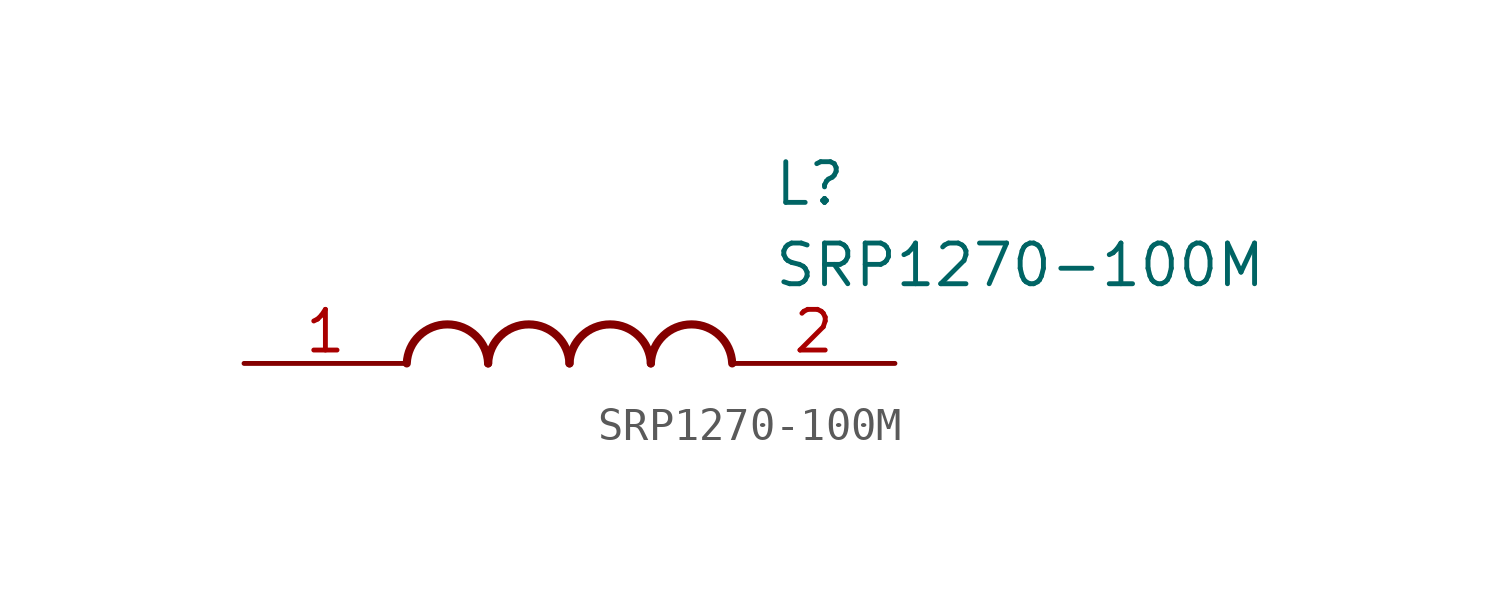
<source format=kicad_sym>
(kicad_symbol_lib
  (version 20211014)
  (generator SamacSys_ECAD_Model)
  (symbol "SRP1270-100M"
    (pin_names hide)
    (property "Reference" "L"
      (at 16.51 6.35 0)
      (effects (font (size 1.27 1.27)) (justify left top)))
    (property "Value" "SRP1270-100M"
      (at 16.51 3.81 0)
      (effects (font (size 1.27 1.27)) (justify left top)))
    (arc
      (start 7.62 0)
      (mid 6.35 1.219)
      (end 5.08 0)
      (stroke (width 0.254) (type default))
      (fill (type none)))
    (arc
      (start 10.16 0)
      (mid 8.89 1.219)
      (end 7.62 0)
      (stroke (width 0.254) (type default))
      (fill (type none)))
    (arc
      (start 12.7 0)
      (mid 11.43 1.219)
      (end 10.16 0)
      (stroke (width 0.254) (type default))
      (fill (type none)))
    (arc
      (start 15.24 0)
      (mid 13.97 1.219)
      (end 12.7 0)
      (stroke (width 0.254) (type default))
      (fill (type none)))
    (pin passive line
      (at 0 0 0)
      (length 5.08)
      (name "1" (effects (font (size 1.27 1.27))))
      (number "1" (effects (font (size 1.27 1.27)))))
    (pin passive line
      (at 20.32 0 180)
      (length 5.08)
      (name "2" (effects (font (size 1.27 1.27))))
      (number "2" (effects (font (size 1.27 1.27)))))))
</source>
